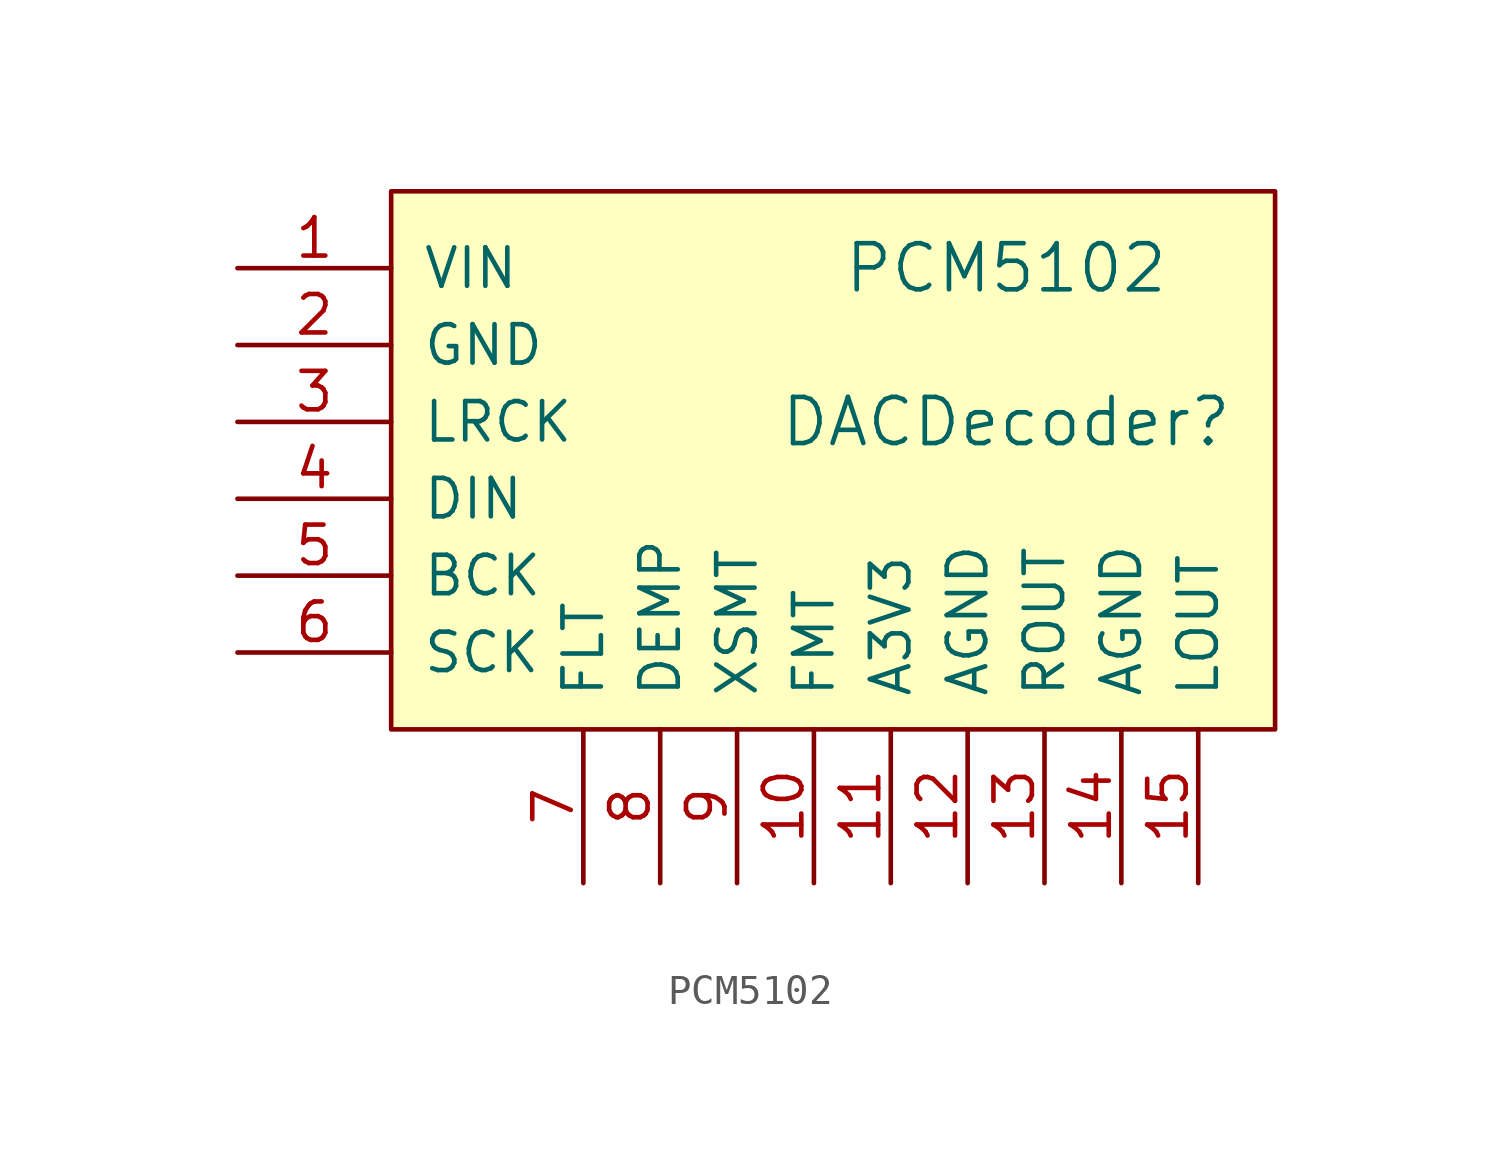
<source format=kicad_sym>
(kicad_symbol_lib
  (version 20241209)
  (generator "kicad_symbol_editor")
  (generator_version "9.0")
  (symbol "PCM5102"
    (pin_names
      (offset 1.016))
    (property "Reference" "DACDecoder"
      (at 26.67 26.67 0)
      (effects (font (size 1.524 1.524))))
    (property "Value" "PCM5102"
      (at 26.67 31.75 0)
      (effects (font (size 1.524 1.524))))
    (symbol "PCM5102_0_1"
      (rectangle (start 6.35 34.29) (end 35.56 16.51) (stroke (width 0) (type solid)) (fill (type background))))
    (symbol "PCM5102_1_1"
      (pin power_in line (at 1.27 31.75 0) (length 5.08) (name "VIN" (effects (font (size 1.27 1.27)))) (number "1" (effects (font (size 1.27 1.27)))))
      (pin power_in line (at 1.27 29.21 0) (length 5.08) (name "GND" (effects (font (size 1.27 1.27)))) (number "2" (effects (font (size 1.27 1.27)))))
      (pin input line (at 1.27 26.67 0) (length 5.08) (name "LRCK" (effects (font (size 1.27 1.27)))) (number "3" (effects (font (size 1.27 1.27)))))
      (pin input line (at 1.27 24.13 0) (length 5.08) (name "DIN" (effects (font (size 1.27 1.27)))) (number "4" (effects (font (size 1.27 1.27)))))
      (pin input line (at 1.27 21.59 0) (length 5.08) (name "BCK" (effects (font (size 1.27 1.27)))) (number "5" (effects (font (size 1.27 1.27)))))
      (pin input line (at 1.27 19.05 0) (length 5.08) (name "SCK" (effects (font (size 1.27 1.27)))) (number "6" (effects (font (size 1.27 1.27)))))
      (pin unspecified line (at 12.7 11.43 90) (length 5.08) (name "FLT" (effects (font (size 1.27 1.27)))) (number "7" (effects (font (size 1.27 1.27)))))
      (pin unspecified line (at 15.24 11.43 90) (length 5.08) (name "DEMP" (effects (font (size 1.27 1.27)))) (number "8" (effects (font (size 1.27 1.27)))))
      (pin unspecified line (at 17.78 11.43 90) (length 5.08) (name "XSMT" (effects (font (size 1.27 1.27)))) (number "9" (effects (font (size 1.27 1.27)))))
      (pin unspecified line (at 20.32 11.43 90) (length 5.08) (name "FMT" (effects (font (size 1.27 1.27)))) (number "10" (effects (font (size 1.27 1.27)))))
      (pin power_out line (at 22.86 11.43 90) (length 5.08) (name "A3V3" (effects (font (size 1.27 1.27)))) (number "11" (effects (font (size 1.27 1.27)))))
      (pin power_out line (at 25.4 11.43 90) (length 5.08) (name "AGND" (effects (font (size 1.27 1.27)))) (number "12" (effects (font (size 1.27 1.27)))))
      (pin output line (at 27.94 11.43 90) (length 5.08) (name "ROUT" (effects (font (size 1.27 1.27)))) (number "13" (effects (font (size 1.27 1.27)))))
      (pin power_out line (at 30.48 11.43 90) (length 5.08) (name "AGND" (effects (font (size 1.27 1.27)))) (number "14" (effects (font (size 1.27 1.27)))))
      (pin output line (at 33.02 11.43 90) (length 5.08) (name "LOUT" (effects (font (size 1.27 1.27)))) (number "15" (effects (font (size 1.27 1.27))))))))
</source>
